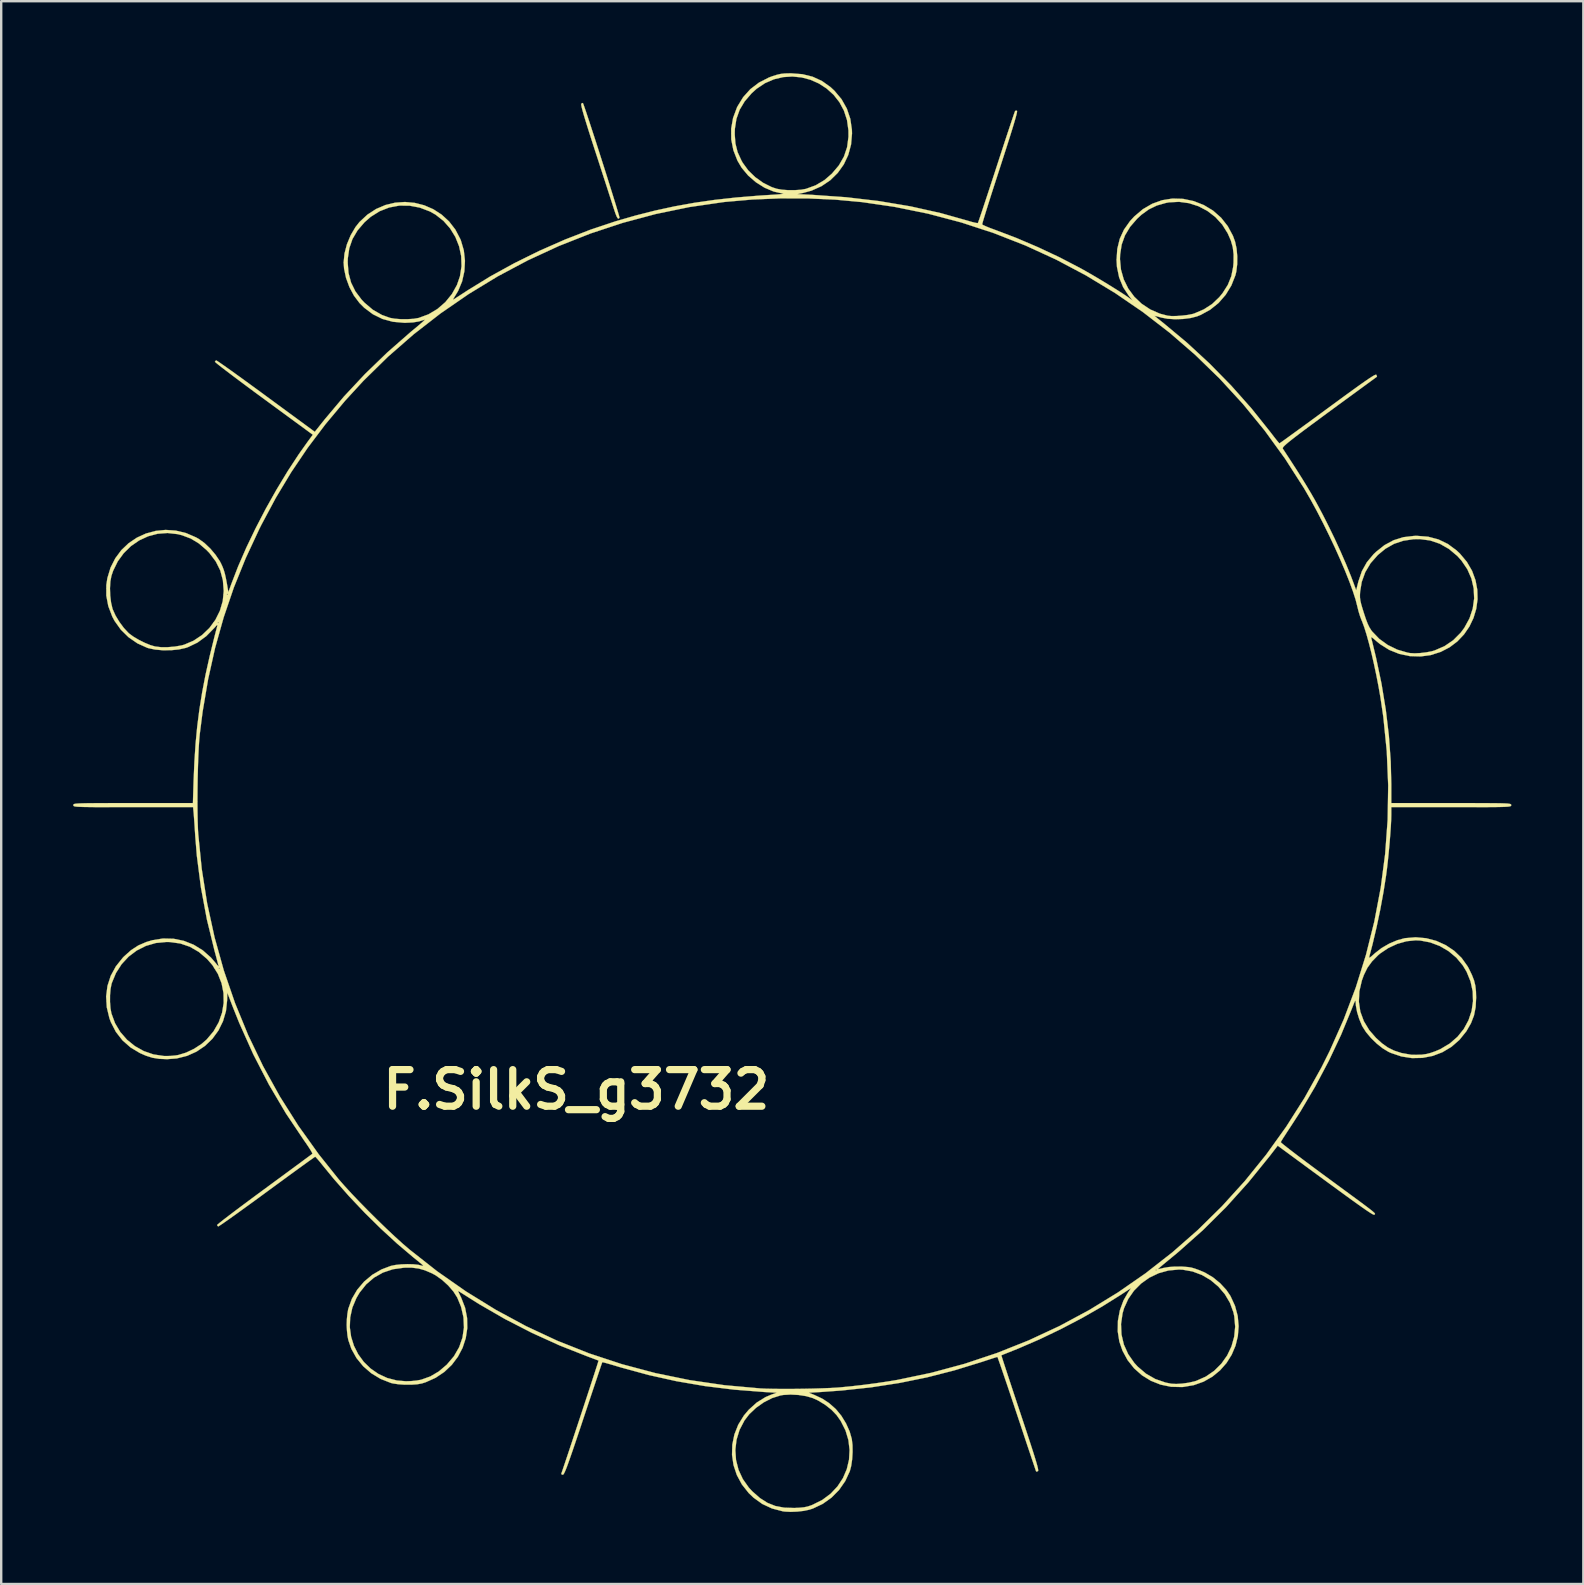
<source format=kicad_pcb>
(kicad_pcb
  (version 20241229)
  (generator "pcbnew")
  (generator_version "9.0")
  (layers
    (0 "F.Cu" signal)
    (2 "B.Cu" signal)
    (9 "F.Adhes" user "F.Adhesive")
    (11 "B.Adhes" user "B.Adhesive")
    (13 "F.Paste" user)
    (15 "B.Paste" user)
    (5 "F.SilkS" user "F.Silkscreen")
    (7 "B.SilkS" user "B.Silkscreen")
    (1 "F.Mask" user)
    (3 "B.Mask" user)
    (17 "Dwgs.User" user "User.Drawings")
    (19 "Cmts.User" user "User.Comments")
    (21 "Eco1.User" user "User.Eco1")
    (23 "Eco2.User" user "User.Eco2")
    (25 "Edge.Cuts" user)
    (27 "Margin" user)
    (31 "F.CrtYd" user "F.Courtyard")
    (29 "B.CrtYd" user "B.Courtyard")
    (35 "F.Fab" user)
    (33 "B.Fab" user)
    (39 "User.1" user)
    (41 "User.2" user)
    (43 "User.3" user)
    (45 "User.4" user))
  (footprint "F.SilkS_g3732"
    (layer "F.Cu")
    (at 20.96 42.345)
    (property "Reference" "F.SilkS_g3732" (at 0 0 0) (layer "F.SilkS") (effects (font (size 1.524 1.524) (thickness 0.3))))
    (attr through_hole)
    (fp_poly (pts (xy 0.274 -41.1) (xy 0.294 -41.053) (xy 0.336 -40.935) (xy 0.399 -40.753) (xy 0.477 -40.517) (xy 0.57 -40.236) (xy 0.674 -39.917) (xy 0.787 -39.57) (xy 0.905 -39.203) (xy 1.026 -38.825) (xy 1.148 -38.444) (xy 1.267 -38.069) (xy 1.38 -37.709) (xy 1.486 -37.372) (xy 1.58 -37.068) (xy 1.662 -36.803) (xy 1.726 -36.588) (xy 1.772 -36.431) (xy 1.796 -36.341) (xy 1.799 -36.322) (xy 1.763 -36.285) (xy 1.725 -36.3) (xy 1.681 -36.374) (xy 1.625 -36.514) (xy 1.554 -36.728) (xy 1.552 -36.735) (xy 1.509 -36.869) (xy 1.443 -37.074) (xy 1.357 -37.338) (xy 1.256 -37.652) (xy 1.142 -38.004) (xy 1.019 -38.384) (xy 0.89 -38.782) (xy 0.783 -39.109) (xy 0.627 -39.591) (xy 0.498 -39.996) (xy 0.394 -40.331) (xy 0.313 -40.597) (xy 0.255 -40.801) (xy 0.219 -40.945) (xy 0.203 -41.035) (xy 0.205 -41.074) (xy 0.206 -41.075) (xy 0.258 -41.105) (xy 0.274 -41.1)) (stroke (width 0.01) (type solid)) (fill yes) (layer "F.SilkS"))
    (fp_poly (pts (xy 9.419 -42.304) (xy 9.846 -42.198) (xy 10.235 -42.019) (xy 10.592 -41.764) (xy 10.753 -41.614) (xy 11.049 -41.261) (xy 11.27 -40.869) (xy 11.414 -40.443) (xy 11.48 -39.988) (xy 11.485 -39.836) (xy 11.445 -39.374) (xy 11.329 -38.942) (xy 11.142 -38.545) (xy 10.89 -38.192) (xy 10.579 -37.887) (xy 10.213 -37.639) (xy 9.799 -37.454) (xy 9.461 -37.361) (xy 9.207 -37.308) (xy 9.821 -37.278) (xy 11.242 -37.178) (xy 12.609 -37.018) (xy 13.92 -36.798) (xy 15.175 -36.518) (xy 16.298 -36.202) (xy 16.471 -36.151) (xy 16.612 -36.116) (xy 16.704 -36.101) (xy 16.728 -36.104) (xy 16.746 -36.148) (xy 16.788 -36.266) (xy 16.85 -36.449) (xy 16.932 -36.692) (xy 17.029 -36.986) (xy 17.141 -37.325) (xy 17.264 -37.7) (xy 17.397 -38.106) (xy 17.505 -38.439) (xy 17.643 -38.863) (xy 17.773 -39.262) (xy 17.894 -39.631) (xy 18.003 -39.96) (xy 18.098 -40.244) (xy 18.175 -40.475) (xy 18.233 -40.645) (xy 18.27 -40.747) (xy 18.282 -40.776) (xy 18.337 -40.785) (xy 18.359 -40.776) (xy 18.36 -40.738) (xy 18.34 -40.639) (xy 18.297 -40.476) (xy 18.23 -40.246) (xy 18.139 -39.947) (xy 18.023 -39.577) (xy 17.881 -39.133) (xy 17.713 -38.612) (xy 17.65 -38.417) (xy 17.512 -37.991) (xy 17.382 -37.589) (xy 17.263 -37.218) (xy 17.158 -36.885) (xy 17.068 -36.597) (xy 16.996 -36.362) (xy 16.943 -36.187) (xy 16.914 -36.08) (xy 16.907 -36.047) (xy 16.951 -36.018) (xy 17.059 -35.968) (xy 17.217 -35.903) (xy 17.408 -35.832) (xy 17.447 -35.818) (xy 18.331 -35.482) (xy 19.235 -35.096) (xy 20.126 -34.677) (xy 20.971 -34.238) (xy 21.108 -34.162) (xy 21.369 -34.014) (xy 21.654 -33.848) (xy 21.949 -33.672) (xy 22.238 -33.495) (xy 22.508 -33.327) (xy 22.744 -33.176) (xy 22.931 -33.051) (xy 23.029 -32.982) (xy 23.176 -32.872) (xy 23.023 -33.062) (xy 22.78 -33.431) (xy 22.613 -33.836) (xy 22.522 -34.276) (xy 22.505 -34.565) (xy 22.508 -34.6) (xy 22.648 -34.6) (xy 22.689 -34.164) (xy 22.806 -33.752) (xy 22.993 -33.373) (xy 23.244 -33.033) (xy 23.552 -32.74) (xy 23.91 -32.503) (xy 24.313 -32.327) (xy 24.638 -32.242) (xy 24.794 -32.228) (xy 25.004 -32.23) (xy 25.238 -32.247) (xy 25.466 -32.274) (xy 25.659 -32.311) (xy 25.742 -32.335) (xy 26.146 -32.509) (xy 26.488 -32.731) (xy 26.783 -33.012) (xy 26.924 -33.185) (xy 27.142 -33.529) (xy 27.286 -33.888) (xy 27.364 -34.282) (xy 27.379 -34.46) (xy 27.382 -34.802) (xy 27.346 -35.098) (xy 27.266 -35.379) (xy 27.135 -35.676) (xy 27.134 -35.678) (xy 26.907 -36.041) (xy 26.622 -36.353) (xy 26.288 -36.609) (xy 25.918 -36.804) (xy 25.522 -36.931) (xy 25.11 -36.987) (xy 24.694 -36.966) (xy 24.564 -36.942) (xy 24.185 -36.834) (xy 23.852 -36.674) (xy 23.544 -36.451) (xy 23.363 -36.284) (xy 23.069 -35.944) (xy 22.856 -35.588) (xy 22.719 -35.207) (xy 22.655 -34.792) (xy 22.648 -34.6) (xy 22.508 -34.6) (xy 22.536 -35.026) (xy 22.638 -35.443) (xy 22.814 -35.827) (xy 23.068 -36.186) (xy 23.243 -36.376) (xy 23.602 -36.68) (xy 23.991 -36.906) (xy 24.403 -37.054) (xy 24.833 -37.123) (xy 25.274 -37.111) (xy 25.72 -37.017) (xy 26.141 -36.852) (xy 26.526 -36.62) (xy 26.862 -36.323) (xy 27.14 -35.97) (xy 27.354 -35.571) (xy 27.443 -35.327) (xy 27.505 -35.043) (xy 27.534 -34.719) (xy 27.531 -34.387) (xy 27.494 -34.08) (xy 27.458 -33.93) (xy 27.288 -33.501) (xy 27.051 -33.113) (xy 26.755 -32.774) (xy 26.406 -32.493) (xy 26.015 -32.278) (xy 25.854 -32.214) (xy 25.588 -32.146) (xy 25.275 -32.106) (xy 24.947 -32.096) (xy 24.634 -32.115) (xy 24.373 -32.165) (xy 24.233 -32.204) (xy 24.131 -32.23) (xy 24.088 -32.238) (xy 24.088 -32.238) (xy 24.119 -32.21) (xy 24.203 -32.141) (xy 24.327 -32.041) (xy 24.458 -31.937) (xy 25.434 -31.123) (xy 26.381 -30.249) (xy 27.284 -29.328) (xy 28.13 -28.375) (xy 28.906 -27.404) (xy 28.925 -27.379) (xy 29.053 -27.212) (xy 29.162 -27.073) (xy 29.244 -26.973) (xy 29.288 -26.927) (xy 29.292 -26.924) (xy 29.329 -26.949) (xy 29.429 -27.019) (xy 29.585 -27.131) (xy 29.79 -27.28) (xy 30.04 -27.461) (xy 30.327 -27.67) (xy 30.646 -27.903) (xy 30.991 -28.156) (xy 31.304 -28.385) (xy 31.733 -28.7) (xy 32.098 -28.967) (xy 32.406 -29.19) (xy 32.66 -29.372) (xy 32.865 -29.516) (xy 33.026 -29.626) (xy 33.147 -29.704) (xy 33.233 -29.755) (xy 33.29 -29.781) (xy 33.321 -29.785) (xy 33.329 -29.779) (xy 33.354 -29.717) (xy 33.352 -29.701) (xy 32.745 -29.258) (xy 32.204 -28.862) (xy 31.723 -28.511) (xy 31.301 -28.201) (xy 30.932 -27.929) (xy 30.614 -27.694) (xy 30.343 -27.493) (xy 30.116 -27.322) (xy 29.928 -27.178) (xy 29.776 -27.06) (xy 29.658 -26.965) (xy 29.568 -26.888) (xy 29.504 -26.829) (xy 29.461 -26.784) (xy 29.438 -26.75) (xy 29.429 -26.725) (xy 29.431 -26.706) (xy 29.436 -26.697) (xy 29.738 -26.235) (xy 29.999 -25.831) (xy 30.226 -25.474) (xy 30.425 -25.15) (xy 30.605 -24.848) (xy 30.772 -24.557) (xy 30.932 -24.263) (xy 31.094 -23.957) (xy 31.263 -23.625) (xy 31.328 -23.495) (xy 31.587 -22.964) (xy 31.835 -22.423) (xy 32.064 -21.897) (xy 32.264 -21.407) (xy 32.347 -21.187) (xy 32.488 -20.805) (xy 32.584 -21.183) (xy 32.726 -21.6) (xy 32.932 -21.97) (xy 33.211 -22.305) (xy 33.312 -22.402) (xy 33.669 -22.686) (xy 34.047 -22.889) (xy 34.453 -23.016) (xy 34.898 -23.069) (xy 35.023 -23.072) (xy 35.487 -23.035) (xy 35.913 -22.923) (xy 36.305 -22.734) (xy 36.667 -22.467) (xy 36.809 -22.333) (xy 37.1 -21.986) (xy 37.316 -21.614) (xy 37.459 -21.225) (xy 37.534 -20.826) (xy 37.544 -20.425) (xy 37.49 -20.031) (xy 37.376 -19.651) (xy 37.205 -19.293) (xy 36.98 -18.965) (xy 36.704 -18.674) (xy 36.38 -18.429) (xy 36.012 -18.238) (xy 35.601 -18.107) (xy 35.179 -18.048) (xy 34.725 -18.061) (xy 34.283 -18.154) (xy 33.865 -18.321) (xy 33.484 -18.56) (xy 33.336 -18.681) (xy 33.214 -18.787) (xy 33.144 -18.84) (xy 33.115 -18.844) (xy 33.117 -18.806) (xy 33.12 -18.796) (xy 33.14 -18.72) (xy 33.175 -18.579) (xy 33.221 -18.387) (xy 33.276 -18.161) (xy 33.319 -17.979) (xy 33.543 -16.915) (xy 33.722 -15.827) (xy 33.851 -14.739) (xy 33.928 -13.67) (xy 33.951 -12.736) (xy 33.951 -11.938) (xy 36.449 -11.938) (xy 36.971 -11.938) (xy 37.415 -11.938) (xy 37.786 -11.937) (xy 38.093 -11.935) (xy 38.339 -11.933) (xy 38.534 -11.93) (xy 38.681 -11.925) (xy 38.789 -11.919) (xy 38.862 -11.91) (xy 38.909 -11.9) (xy 38.934 -11.888) (xy 38.944 -11.873) (xy 38.947 -11.856) (xy 38.947 -11.853) (xy 38.945 -11.836) (xy 38.936 -11.821) (xy 38.914 -11.808) (xy 38.871 -11.798) (xy 38.802 -11.789) (xy 38.7 -11.783) (xy 38.559 -11.778) (xy 38.372 -11.774) (xy 38.134 -11.772) (xy 37.837 -11.77) (xy 37.476 -11.769) (xy 37.044 -11.769) (xy 36.534 -11.769) (xy 33.951 -11.769) (xy 33.951 -11.454) (xy 33.946 -11.243) (xy 33.932 -10.966) (xy 33.909 -10.641) (xy 33.881 -10.286) (xy 33.847 -9.919) (xy 33.811 -9.558) (xy 33.773 -9.222) (xy 33.736 -8.937) (xy 33.626 -8.235) (xy 33.491 -7.5) (xy 33.336 -6.762) (xy 33.169 -6.054) (xy 33.035 -5.546) (xy 33.03 -5.503) (xy 33.056 -5.503) (xy 33.122 -5.552) (xy 33.236 -5.653) (xy 33.269 -5.683) (xy 33.547 -5.9) (xy 33.872 -6.087) (xy 34.212 -6.23) (xy 34.519 -6.311) (xy 34.965 -6.348) (xy 35.404 -6.309) (xy 35.825 -6.198) (xy 36.218 -6.021) (xy 36.573 -5.783) (xy 36.88 -5.488) (xy 37.129 -5.14) (xy 37.18 -5.048) (xy 37.31 -4.779) (xy 37.399 -4.55) (xy 37.453 -4.33) (xy 37.479 -4.089) (xy 37.486 -3.831) (xy 37.465 -3.436) (xy 37.396 -3.09) (xy 37.271 -2.767) (xy 37.084 -2.442) (xy 37.074 -2.427) (xy 36.789 -2.073) (xy 36.455 -1.783) (xy 36.081 -1.56) (xy 35.677 -1.406) (xy 35.252 -1.324) (xy 34.814 -1.315) (xy 34.373 -1.383) (xy 33.937 -1.53) (xy 33.835 -1.576) (xy 33.595 -1.721) (xy 33.345 -1.919) (xy 33.107 -2.151) (xy 32.901 -2.395) (xy 32.749 -2.631) (xy 32.731 -2.667) (xy 32.613 -2.948) (xy 32.526 -3.234) (xy 32.477 -3.495) (xy 32.468 -3.618) (xy 32.466 -3.663) (xy 32.6 -3.663) (xy 32.662 -3.248) (xy 32.807 -2.853) (xy 33.032 -2.48) (xy 33.312 -2.158) (xy 33.568 -1.926) (xy 33.811 -1.754) (xy 34.067 -1.627) (xy 34.362 -1.531) (xy 34.383 -1.525) (xy 34.795 -1.452) (xy 35.201 -1.455) (xy 35.415 -1.485) (xy 35.575 -1.526) (xy 35.772 -1.594) (xy 35.968 -1.676) (xy 36.005 -1.694) (xy 36.388 -1.923) (xy 36.712 -2.205) (xy 36.973 -2.531) (xy 37.168 -2.892) (xy 37.297 -3.279) (xy 37.355 -3.684) (xy 37.342 -4.096) (xy 37.253 -4.508) (xy 37.089 -4.911) (xy 36.929 -5.178) (xy 36.661 -5.5) (xy 36.335 -5.772) (xy 35.965 -5.987) (xy 35.567 -6.136) (xy 35.156 -6.213) (xy 34.967 -6.222) (xy 34.587 -6.183) (xy 34.2 -6.074) (xy 33.828 -5.902) (xy 33.492 -5.677) (xy 33.397 -5.596) (xy 33.148 -5.342) (xy 32.957 -5.079) (xy 32.809 -4.778) (xy 32.723 -4.54) (xy 32.62 -4.095) (xy 32.6 -3.663) (xy 32.466 -3.663) (xy 32.466 -3.687) (xy 32.455 -3.709) (xy 32.432 -3.678) (xy 32.391 -3.585) (xy 32.327 -3.423) (xy 32.305 -3.365) (xy 31.859 -2.285) (xy 31.346 -1.198) (xy 30.777 -0.125) (xy 30.165 0.909) (xy 29.809 1.46) (xy 29.668 1.674) (xy 29.544 1.865) (xy 29.443 2.021) (xy 29.375 2.132) (xy 29.346 2.184) (xy 29.346 2.185) (xy 29.376 2.219) (xy 29.469 2.297) (xy 29.619 2.416) (xy 29.818 2.57) (xy 30.061 2.756) (xy 30.343 2.968) (xy 30.655 3.201) (xy 30.994 3.452) (xy 31.21 3.611) (xy 31.641 3.927) (xy 32.008 4.197) (xy 32.317 4.424) (xy 32.573 4.612) (xy 32.78 4.766) (xy 32.943 4.888) (xy 33.067 4.983) (xy 33.157 5.054) (xy 33.217 5.106) (xy 33.254 5.142) (xy 33.27 5.165) (xy 33.273 5.181) (xy 33.265 5.192) (xy 33.253 5.202) (xy 33.247 5.207) (xy 33.233 5.211) (xy 33.206 5.204) (xy 33.163 5.183) (xy 33.098 5.145) (xy 33.01 5.088) (xy 32.893 5.01) (xy 32.745 4.907) (xy 32.561 4.777) (xy 32.339 4.618) (xy 32.074 4.426) (xy 31.763 4.199) (xy 31.401 3.935) (xy 30.986 3.631) (xy 30.514 3.285) (xy 29.981 2.893) (xy 29.437 2.493) (xy 29.219 2.333) (xy 28.887 2.764) (xy 27.997 3.862) (xy 27.074 4.887) (xy 26.11 5.846) (xy 25.098 6.746) (xy 24.82 6.977) (xy 24.63 7.133) (xy 24.465 7.269) (xy 24.337 7.378) (xy 24.254 7.45) (xy 24.227 7.477) (xy 24.269 7.472) (xy 24.369 7.451) (xy 24.467 7.426) (xy 24.683 7.389) (xy 24.948 7.37) (xy 25.228 7.371) (xy 25.49 7.391) (xy 25.62 7.412) (xy 25.764 7.453) (xy 25.949 7.52) (xy 26.143 7.601) (xy 26.199 7.628) (xy 26.519 7.817) (xy 26.821 8.064) (xy 27.081 8.346) (xy 27.25 8.594) (xy 27.44 9.007) (xy 27.553 9.429) (xy 27.591 9.851) (xy 27.559 10.265) (xy 27.462 10.665) (xy 27.302 11.042) (xy 27.086 11.388) (xy 26.815 11.695) (xy 26.496 11.957) (xy 26.132 12.164) (xy 25.726 12.309) (xy 25.284 12.385) (xy 25.231 12.389) (xy 24.775 12.378) (xy 24.34 12.288) (xy 23.934 12.127) (xy 23.564 11.899) (xy 23.239 11.611) (xy 22.966 11.268) (xy 22.753 10.876) (xy 22.622 10.496) (xy 22.554 10.068) (xy 22.56 9.764) (xy 22.692 9.764) (xy 22.711 10.201) (xy 22.81 10.62) (xy 22.989 11.017) (xy 23.244 11.383) (xy 23.385 11.537) (xy 23.734 11.834) (xy 24.122 12.056) (xy 24.55 12.203) (xy 24.786 12.25) (xy 24.99 12.261) (xy 25.24 12.246) (xy 25.503 12.209) (xy 25.749 12.154) (xy 25.83 12.129) (xy 26.225 11.953) (xy 26.574 11.712) (xy 26.872 11.416) (xy 27.113 11.075) (xy 27.293 10.698) (xy 27.406 10.294) (xy 27.447 9.875) (xy 27.411 9.448) (xy 27.374 9.276) (xy 27.23 8.881) (xy 27.017 8.521) (xy 26.744 8.202) (xy 26.423 7.932) (xy 26.062 7.72) (xy 25.672 7.574) (xy 25.264 7.501) (xy 25.101 7.494) (xy 24.669 7.533) (xy 24.258 7.647) (xy 23.875 7.83) (xy 23.531 8.074) (xy 23.234 8.372) (xy 22.993 8.717) (xy 22.818 9.103) (xy 22.756 9.318) (xy 22.692 9.764) (xy 22.56 9.764) (xy 22.562 9.629) (xy 22.643 9.194) (xy 22.794 8.782) (xy 22.983 8.451) (xy 23.112 8.264) (xy 22.672 8.553) (xy 21.894 9.04) (xy 21.056 9.519) (xy 20.182 9.976) (xy 19.296 10.401) (xy 18.423 10.779) (xy 18.224 10.859) (xy 18.034 10.935) (xy 17.874 10.999) (xy 17.761 11.045) (xy 17.708 11.067) (xy 17.707 11.068) (xy 17.718 11.108) (xy 17.754 11.222) (xy 17.812 11.402) (xy 17.89 11.641) (xy 17.986 11.933) (xy 18.097 12.27) (xy 18.221 12.646) (xy 18.356 13.052) (xy 18.496 13.472) (xy 18.666 13.983) (xy 18.81 14.418) (xy 18.93 14.785) (xy 19.028 15.088) (xy 19.105 15.333) (xy 19.163 15.526) (xy 19.204 15.671) (xy 19.229 15.776) (xy 19.24 15.844) (xy 19.239 15.882) (xy 19.23 15.894) (xy 19.169 15.91) (xy 19.156 15.908) (xy 19.141 15.867) (xy 19.102 15.752) (xy 19.041 15.571) (xy 18.96 15.331) (xy 18.862 15.039) (xy 18.749 14.702) (xy 18.624 14.326) (xy 18.489 13.92) (xy 18.354 13.515) (xy 18.211 13.086) (xy 18.075 12.681) (xy 17.95 12.309) (xy 17.836 11.975) (xy 17.738 11.687) (xy 17.657 11.452) (xy 17.595 11.277) (xy 17.556 11.168) (xy 17.541 11.134) (xy 17.496 11.146) (xy 17.384 11.181) (xy 17.22 11.234) (xy 17.018 11.301) (xy 16.877 11.347) (xy 15.745 11.695) (xy 14.611 11.985) (xy 13.462 12.219) (xy 12.281 12.401) (xy 11.055 12.533) (xy 10.167 12.597) (xy 9.686 12.625) (xy 9.919 12.72) (xy 10.248 12.874) (xy 10.526 13.056) (xy 10.789 13.288) (xy 10.817 13.316) (xy 11.041 13.587) (xy 11.236 13.906) (xy 11.387 14.243) (xy 11.475 14.553) (xy 11.505 14.806) (xy 11.509 15.098) (xy 11.491 15.398) (xy 11.451 15.675) (xy 11.394 15.893) (xy 11.203 16.306) (xy 10.945 16.676) (xy 10.629 16.996) (xy 10.264 17.256) (xy 9.86 17.448) (xy 9.708 17.498) (xy 9.478 17.547) (xy 9.207 17.578) (xy 8.929 17.589) (xy 8.683 17.577) (xy 8.604 17.566) (xy 8.152 17.448) (xy 7.746 17.259) (xy 7.382 16.997) (xy 7.182 16.806) (xy 6.896 16.445) (xy 6.685 16.053) (xy 6.548 15.64) (xy 6.486 15.214) (xy 6.492 15.009) (xy 6.624 15.009) (xy 6.653 15.428) (xy 6.757 15.837) (xy 6.936 16.224) (xy 7.189 16.582) (xy 7.335 16.738) (xy 7.649 17.014) (xy 7.963 17.214) (xy 8.294 17.345) (xy 8.659 17.414) (xy 9.075 17.427) (xy 9.081 17.427) (xy 9.312 17.416) (xy 9.486 17.398) (xy 9.634 17.367) (xy 9.782 17.318) (xy 9.842 17.294) (xy 10.248 17.091) (xy 10.595 16.832) (xy 10.882 16.526) (xy 11.107 16.183) (xy 11.267 15.81) (xy 11.36 15.416) (xy 11.383 15.01) (xy 11.335 14.6) (xy 11.213 14.195) (xy 11.015 13.803) (xy 10.843 13.558) (xy 10.628 13.334) (xy 10.357 13.122) (xy 10.058 12.942) (xy 9.837 12.843) (xy 9.568 12.767) (xy 9.253 12.719) (xy 8.926 12.702) (xy 8.623 12.719) (xy 8.504 12.739) (xy 8.158 12.848) (xy 7.812 13.024) (xy 7.488 13.253) (xy 7.205 13.52) (xy 7.005 13.78) (xy 6.799 14.175) (xy 6.673 14.588) (xy 6.624 15.009) (xy 6.492 15.009) (xy 6.498 14.786) (xy 6.585 14.363) (xy 6.746 13.956) (xy 6.982 13.573) (xy 7.182 13.336) (xy 7.519 13.032) (xy 7.883 12.807) (xy 8.125 12.705) (xy 8.349 12.626) (xy 7.847 12.597) (xy 6.576 12.498) (xy 5.359 12.349) (xy 4.176 12.146) (xy 3.011 11.887) (xy 1.847 11.569) (xy 1.721 11.531) (xy 1.504 11.466) (xy 1.319 11.413) (xy 1.178 11.374) (xy 1.096 11.355) (xy 1.081 11.353) (xy 1.066 11.395) (xy 1.026 11.509) (xy 0.965 11.69) (xy 0.885 11.93) (xy 0.787 12.222) (xy 0.674 12.559) (xy 0.549 12.933) (xy 0.414 13.338) (xy 0.292 13.705) (xy 0.125 14.207) (xy -0.018 14.633) (xy -0.139 14.991) (xy -0.241 15.285) (xy -0.324 15.521) (xy -0.391 15.705) (xy -0.445 15.843) (xy -0.488 15.94) (xy -0.52 16.002) (xy -0.546 16.035) (xy -0.565 16.044) (xy -0.622 16.022) (xy -0.625 15.991) (xy -0.591 15.897) (xy -0.537 15.737) (xy -0.464 15.52) (xy -0.375 15.255) (xy -0.274 14.951) (xy -0.162 14.615) (xy -0.044 14.257) (xy 0.079 13.885) (xy 0.204 13.508) (xy 0.327 13.134) (xy 0.446 12.772) (xy 0.558 12.43) (xy 0.66 12.117) (xy 0.75 11.842) (xy 0.824 11.612) (xy 0.88 11.438) (xy 0.914 11.327) (xy 0.925 11.287) (xy 0.882 11.269) (xy 0.775 11.229) (xy 0.623 11.172) (xy 0.466 11.114) (xy -0.693 10.657) (xy -1.847 10.133) (xy -2.975 9.554) (xy -4.053 8.931) (xy -4.396 8.716) (xy -4.581 8.598) (xy -4.738 8.499) (xy -4.856 8.425) (xy -4.92 8.386) (xy -4.928 8.382) (xy -4.916 8.417) (xy -4.873 8.509) (xy -4.81 8.64) (xy -4.796 8.668) (xy -4.634 9.086) (xy -4.551 9.512) (xy -4.543 9.937) (xy -4.607 10.354) (xy -4.738 10.753) (xy -4.933 11.125) (xy -5.188 11.464) (xy -5.499 11.759) (xy -5.862 12.003) (xy -6.273 12.188) (xy -6.435 12.239) (xy -6.629 12.274) (xy -6.877 12.291) (xy -7.147 12.291) (xy -7.412 12.273) (xy -7.64 12.239) (xy -7.726 12.218) (xy -8.155 12.049) (xy -8.543 11.814) (xy -8.88 11.522) (xy -9.159 11.18) (xy -9.373 10.796) (xy -9.5 10.429) (xy -9.533 10.255) (xy -9.556 10.036) (xy -9.563 9.897) (xy -9.437 9.897) (xy -9.383 10.292) (xy -9.265 10.67) (xy -9.088 11.022) (xy -8.856 11.34) (xy -8.573 11.616) (xy -8.245 11.843) (xy -7.877 12.013) (xy -7.472 12.117) (xy -7.097 12.148) (xy -6.875 12.14) (xy -6.653 12.118) (xy -6.47 12.085) (xy -6.462 12.083) (xy -6.082 11.947) (xy -5.731 11.74) (xy -5.396 11.456) (xy -5.393 11.452) (xy -5.099 11.106) (xy -4.882 10.729) (xy -4.743 10.328) (xy -4.682 9.909) (xy -4.702 9.48) (xy -4.802 9.046) (xy -4.962 8.659) (xy -5.121 8.409) (xy -5.339 8.157) (xy -5.593 7.925) (xy -5.862 7.734) (xy -6.017 7.65) (xy -6.308 7.526) (xy -6.57 7.451) (xy -6.839 7.417) (xy -7.149 7.417) (xy -7.191 7.419) (xy -7.642 7.482) (xy -8.056 7.62) (xy -8.428 7.83) (xy -8.755 8.111) (xy -9.032 8.458) (xy -9.164 8.683) (xy -9.332 9.084) (xy -9.421 9.492) (xy -9.437 9.897) (xy -9.563 9.897) (xy -9.567 9.812) (xy -9.567 9.779) (xy -9.559 9.558) (xy -9.537 9.336) (xy -9.506 9.152) (xy -9.5 9.129) (xy -9.351 8.715) (xy -9.129 8.336) (xy -8.844 8) (xy -8.502 7.714) (xy -8.114 7.489) (xy -7.726 7.342) (xy -7.533 7.303) (xy -7.293 7.278) (xy -7.036 7.269) (xy -6.79 7.275) (xy -6.583 7.297) (xy -6.502 7.316) (xy -6.43 7.336) (xy -6.388 7.344) (xy -6.381 7.332) (xy -6.417 7.293) (xy -6.502 7.22) (xy -6.64 7.107) (xy -6.795 6.982) (xy -7.46 6.419) (xy -8.139 5.795) (xy -8.816 5.128) (xy -9.472 4.435) (xy -10.089 3.735) (xy -10.558 3.164) (xy -10.678 3.015) (xy -10.78 2.895) (xy -10.851 2.817) (xy -10.879 2.794) (xy -10.918 2.818) (xy -11.018 2.889) (xy -11.175 3) (xy -11.381 3.149) (xy -11.631 3.33) (xy -11.919 3.539) (xy -12.238 3.773) (xy -12.583 4.025) (xy -12.894 4.253) (xy -13.256 4.519) (xy -13.599 4.768) (xy -13.915 4.997) (xy -14.199 5.202) (xy -14.445 5.377) (xy -14.646 5.518) (xy -14.797 5.622) (xy -14.892 5.684) (xy -14.922 5.7) (xy -14.963 5.653) (xy -14.965 5.638) (xy -14.932 5.605) (xy -14.836 5.527) (xy -14.684 5.407) (xy -14.482 5.252) (xy -14.235 5.065) (xy -13.95 4.851) (xy -13.633 4.615) (xy -13.29 4.361) (xy -12.996 4.145) (xy -12.636 3.88) (xy -12.295 3.63) (xy -11.981 3.399) (xy -11.7 3.192) (xy -11.457 3.013) (xy -11.26 2.867) (xy -11.113 2.759) (xy -11.023 2.692) (xy -10.997 2.672) (xy -11.009 2.629) (xy -11.064 2.531) (xy -11.153 2.391) (xy -11.269 2.22) (xy -11.328 2.137) (xy -12.097 0.991) (xy -12.808 -0.214) (xy -13.458 -1.472) (xy -14.043 -2.778) (xy -14.303 -3.426) (xy -14.541 -4.043) (xy -14.548 -3.725) (xy -14.596 -3.273) (xy -14.72 -2.85) (xy -14.911 -2.463) (xy -15.163 -2.119) (xy -15.469 -1.824) (xy -15.823 -1.585) (xy -16.217 -1.408) (xy -16.645 -1.301) (xy -17.046 -1.27) (xy -17.375 -1.284) (xy -17.658 -1.329) (xy -17.933 -1.416) (xy -18.182 -1.525) (xy -18.572 -1.759) (xy -18.907 -2.054) (xy -19.182 -2.406) (xy -19.39 -2.809) (xy -19.452 -2.975) (xy -19.562 -3.433) (xy -19.575 -3.655) (xy -19.427 -3.655) (xy -19.407 -3.39) (xy -19.368 -3.175) (xy -19.218 -2.769) (xy -18.999 -2.402) (xy -18.72 -2.081) (xy -18.39 -1.814) (xy -18.02 -1.607) (xy -17.617 -1.468) (xy -17.191 -1.404) (xy -17.094 -1.401) (xy -16.902 -1.406) (xy -16.705 -1.424) (xy -16.586 -1.443) (xy -16.258 -1.543) (xy -15.924 -1.702) (xy -15.613 -1.905) (xy -15.399 -2.09) (xy -15.112 -2.432) (xy -14.899 -2.806) (xy -14.759 -3.203) (xy -14.692 -3.612) (xy -14.699 -4.024) (xy -14.779 -4.431) (xy -14.933 -4.822) (xy -15.08 -5.059) (xy -14.901 -5.059) (xy -14.88 -5.038) (xy -14.859 -5.059) (xy -14.88 -5.08) (xy -14.901 -5.059) (xy -15.08 -5.059) (xy -15.16 -5.188) (xy -15.384 -5.445) (xy -15.729 -5.739) (xy -16.098 -5.953) (xy -16.496 -6.089) (xy -16.928 -6.149) (xy -17.081 -6.152) (xy -17.518 -6.11) (xy -17.931 -5.99) (xy -18.311 -5.799) (xy -18.65 -5.544) (xy -18.942 -5.229) (xy -19.178 -4.862) (xy -19.35 -4.448) (xy -19.363 -4.406) (xy -19.404 -4.195) (xy -19.426 -3.934) (xy -19.427 -3.655) (xy -19.575 -3.655) (xy -19.589 -3.884) (xy -19.533 -4.322) (xy -19.398 -4.741) (xy -19.183 -5.136) (xy -18.89 -5.502) (xy -18.842 -5.55) (xy -18.548 -5.813) (xy -18.247 -6.008) (xy -17.912 -6.152) (xy -17.663 -6.226) (xy -17.221 -6.297) (xy -16.78 -6.287) (xy -16.35 -6.199) (xy -15.941 -6.037) (xy -15.562 -5.804) (xy -15.222 -5.503) (xy -15.065 -5.321) (xy -14.98 -5.218) (xy -14.921 -5.151) (xy -14.901 -5.136) (xy -14.912 -5.183) (xy -14.941 -5.296) (xy -14.985 -5.461) (xy -15.039 -5.663) (xy -15.067 -5.764) (xy -15.392 -7.093) (xy -15.64 -8.424) (xy -15.81 -9.745) (xy -15.876 -10.562) (xy -15.893 -10.826) (xy -15.909 -11.076) (xy -15.925 -11.295) (xy -15.937 -11.463) (xy -15.944 -11.546) (xy -15.966 -11.769) (xy -18.46 -11.769) (xy -18.982 -11.769) (xy -19.425 -11.769) (xy -19.797 -11.77) (xy -20.103 -11.771) (xy -20.349 -11.774) (xy -20.543 -11.777) (xy -20.69 -11.782) (xy -20.798 -11.788) (xy -20.871 -11.796) (xy -20.917 -11.806) (xy -20.942 -11.819) (xy -20.953 -11.833) (xy -20.955 -11.851) (xy -20.955 -11.853) (xy -20.953 -11.871) (xy -20.945 -11.886) (xy -20.922 -11.899) (xy -20.879 -11.909) (xy -20.81 -11.917) (xy -20.708 -11.924) (xy -20.567 -11.929) (xy -20.38 -11.933) (xy -20.141 -11.935) (xy -19.844 -11.937) (xy -19.482 -11.938) (xy -19.049 -11.938) (xy -18.539 -11.938) (xy -15.973 -11.938) (xy -15.971 -12.009) (xy -15.785 -12.009) (xy -15.782 -11.578) (xy -15.775 -11.184) (xy -15.763 -10.845) (xy -15.752 -10.657) (xy -15.606 -9.198) (xy -15.38 -7.761) (xy -15.072 -6.349) (xy -14.685 -4.963) (xy -14.218 -3.605) (xy -13.674 -2.277) (xy -13.052 -0.981) (xy -12.353 0.282) (xy -11.578 1.508) (xy -10.728 2.697) (xy -9.907 3.725) (xy -9.66 4.007) (xy -9.363 4.331) (xy -9.027 4.683) (xy -8.667 5.05) (xy -8.295 5.42) (xy -7.925 5.778) (xy -7.571 6.111) (xy -7.244 6.408) (xy -6.964 6.649) (xy -5.797 7.567) (xy -4.595 8.407) (xy -3.36 9.169) (xy -2.092 9.854) (xy -0.792 10.461) (xy 0.54 10.989) (xy 1.904 11.438) (xy 3.298 11.809) (xy 4.723 12.101) (xy 6.177 12.313) (xy 7.66 12.446) (xy 7.662 12.447) (xy 7.921 12.458) (xy 8.247 12.465) (xy 8.621 12.468) (xy 9.027 12.467) (xy 9.445 12.462) (xy 9.859 12.454) (xy 10.249 12.442) (xy 10.6 12.428) (xy 10.891 12.411) (xy 10.986 12.403) (xy 11.459 12.357) (xy 11.97 12.298) (xy 12.487 12.23) (xy 12.98 12.157) (xy 13.377 12.091) (xy 14.79 11.795) (xy 16.174 11.421) (xy 17.526 10.97) (xy 18.845 10.445) (xy 20.127 9.848) (xy 21.369 9.18) (xy 22.57 8.444) (xy 23.726 7.642) (xy 23.888 7.514) (xy 24.13 7.514) (xy 24.151 7.535) (xy 24.172 7.514) (xy 24.151 7.493) (xy 24.13 7.514) (xy 23.888 7.514) (xy 24.834 6.775) (xy 25.892 5.846) (xy 26.897 4.857) (xy 27.847 3.81) (xy 28.739 2.707) (xy 29.569 1.55) (xy 30.337 0.341) (xy 31.038 -0.919) (xy 31.384 -1.612) (xy 31.967 -2.92) (xy 32.472 -4.258) (xy 32.897 -5.621) (xy 33.244 -7.006) (xy 33.51 -8.407) (xy 33.695 -9.822) (xy 33.799 -11.245) (xy 33.822 -12.672) (xy 33.762 -14.1) (xy 33.619 -15.524) (xy 33.502 -16.32) (xy 33.42 -16.792) (xy 33.328 -17.266) (xy 33.229 -17.732) (xy 33.127 -18.176) (xy 33.023 -18.587) (xy 32.922 -18.953) (xy 32.825 -19.263) (xy 32.736 -19.504) (xy 32.712 -19.558) (xy 32.65 -19.722) (xy 32.587 -19.924) (xy 32.54 -20.116) (xy 32.466 -20.408) (xy 32.401 -20.61) (xy 32.645 -20.61) (xy 32.647 -20.493) (xy 32.663 -20.374) (xy 32.695 -20.233) (xy 32.749 -20.049) (xy 32.806 -19.865) (xy 32.893 -19.603) (xy 32.969 -19.406) (xy 33.043 -19.254) (xy 33.122 -19.131) (xy 33.15 -19.093) (xy 33.449 -18.781) (xy 33.805 -18.524) (xy 34.203 -18.33) (xy 34.63 -18.206) (xy 34.734 -18.188) (xy 34.919 -18.177) (xy 35.152 -18.188) (xy 35.399 -18.217) (xy 35.627 -18.26) (xy 35.749 -18.294) (xy 36.166 -18.475) (xy 36.531 -18.723) (xy 36.844 -19.038) (xy 36.993 -19.239) (xy 37.208 -19.632) (xy 37.344 -20.043) (xy 37.403 -20.462) (xy 37.384 -20.881) (xy 37.29 -21.29) (xy 37.12 -21.679) (xy 36.876 -22.04) (xy 36.707 -22.228) (xy 36.354 -22.525) (xy 35.975 -22.742) (xy 35.569 -22.879) (xy 35.139 -22.936) (xy 34.883 -22.932) (xy 34.45 -22.868) (xy 34.06 -22.737) (xy 33.702 -22.532) (xy 33.391 -22.275) (xy 33.09 -21.934) (xy 32.866 -21.558) (xy 32.719 -21.15) (xy 32.653 -20.747) (xy 32.645 -20.61) (xy 32.401 -20.61) (xy 32.352 -20.762) (xy 32.204 -21.167) (xy 32.026 -21.613) (xy 31.823 -22.09) (xy 31.6 -22.587) (xy 31.36 -23.094) (xy 31.11 -23.601) (xy 30.854 -24.097) (xy 30.596 -24.571) (xy 30.34 -25.013) (xy 30.304 -25.074) (xy 29.522 -26.292) (xy 28.678 -27.456) (xy 27.773 -28.563) (xy 26.81 -29.612) (xy 25.793 -30.601) (xy 24.725 -31.528) (xy 23.607 -32.391) (xy 22.444 -33.188) (xy 21.237 -33.918) (xy 19.991 -34.579) (xy 18.707 -35.169) (xy 17.388 -35.685) (xy 16.038 -36.127) (xy 14.659 -36.492) (xy 13.254 -36.778) (xy 11.896 -36.976) (xy 10.794 -37.077) (xy 9.65 -37.129) (xy 8.488 -37.131) (xy 7.334 -37.083) (xy 6.213 -36.985) (xy 6.117 -36.974) (xy 4.704 -36.768) (xy 3.309 -36.48) (xy 1.936 -36.112) (xy 0.587 -35.667) (xy -0.733 -35.145) (xy -2.021 -34.55) (xy -3.274 -33.883) (xy -4.486 -33.145) (xy -5.656 -32.339) (xy -6.779 -31.467) (xy -7.852 -30.53) (xy -8.87 -29.531) (xy -9.633 -28.701) (xy -10.448 -27.726) (xy -11.193 -26.738) (xy -11.88 -25.72) (xy -12.519 -24.657) (xy -13.121 -23.531) (xy -13.203 -23.368) (xy -13.772 -22.147) (xy -14.268 -20.92) (xy -14.692 -19.675) (xy -15.049 -18.404) (xy -15.34 -17.097) (xy -15.569 -15.745) (xy -15.687 -14.817) (xy -15.712 -14.546) (xy -15.733 -14.207) (xy -15.751 -13.813) (xy -15.765 -13.381) (xy -15.776 -12.927) (xy -15.782 -12.464) (xy -15.785 -12.009) (xy -15.971 -12.009) (xy -15.945 -12.859) (xy -15.911 -13.66) (xy -15.862 -14.414) (xy -15.793 -15.138) (xy -15.702 -15.848) (xy -15.587 -16.56) (xy -15.446 -17.292) (xy -15.275 -18.06) (xy -15.073 -18.88) (xy -14.962 -19.304) (xy -14.953 -19.356) (xy -14.974 -19.353) (xy -15.033 -19.291) (xy -15.076 -19.241) (xy -15.414 -18.896) (xy -15.781 -18.627) (xy -16.173 -18.438) (xy -16.275 -18.403) (xy -16.559 -18.339) (xy -16.885 -18.307) (xy -17.226 -18.305) (xy -17.551 -18.334) (xy -17.832 -18.394) (xy -17.878 -18.409) (xy -18.286 -18.593) (xy -18.655 -18.848) (xy -18.976 -19.163) (xy -19.237 -19.528) (xy -19.332 -19.707) (xy -19.499 -20.145) (xy -19.582 -20.582) (xy -19.581 -20.886) (xy -19.428 -20.886) (xy -19.418 -20.584) (xy -19.383 -20.292) (xy -19.325 -20.043) (xy -19.311 -20.003) (xy -19.197 -19.751) (xy -19.036 -19.485) (xy -18.851 -19.235) (xy -18.661 -19.031) (xy -18.632 -19.004) (xy -18.454 -18.873) (xy -18.227 -18.739) (xy -17.98 -18.616) (xy -17.741 -18.518) (xy -17.547 -18.462) (xy -17.306 -18.434) (xy -17.02 -18.434) (xy -16.723 -18.459) (xy -16.451 -18.506) (xy -16.338 -18.537) (xy -15.945 -18.704) (xy -15.593 -18.939) (xy -15.288 -19.231) (xy -15.125 -19.452) (xy -14.944 -19.452) (xy -14.922 -19.431) (xy -14.901 -19.452) (xy -14.922 -19.473) (xy -14.944 -19.452) (xy -15.125 -19.452) (xy -15.038 -19.571) (xy -14.85 -19.948) (xy -14.731 -20.353) (xy -14.703 -20.637) (xy -14.563 -20.637) (xy -14.541 -20.616) (xy -14.52 -20.637) (xy -14.541 -20.659) (xy -14.563 -20.637) (xy -14.703 -20.637) (xy -14.69 -20.775) (xy -14.69 -20.779) (xy -14.725 -21.224) (xy -14.834 -21.63) (xy -15.019 -22.003) (xy -15.283 -22.353) (xy -15.405 -22.48) (xy -15.726 -22.756) (xy -16.061 -22.959) (xy -16.431 -23.098) (xy -16.612 -23.143) (xy -17.03 -23.19) (xy -17.442 -23.159) (xy -17.839 -23.054) (xy -18.213 -22.881) (xy -18.554 -22.645) (xy -18.854 -22.352) (xy -19.105 -22.008) (xy -19.296 -21.618) (xy -19.368 -21.405) (xy -19.412 -21.17) (xy -19.428 -20.886) (xy -19.581 -20.886) (xy -19.581 -21.023) (xy -19.537 -21.311) (xy -19.405 -21.747) (xy -19.207 -22.137) (xy -18.953 -22.478) (xy -18.65 -22.766) (xy -18.306 -22.997) (xy -17.929 -23.169) (xy -17.528 -23.277) (xy -17.111 -23.319) (xy -16.686 -23.29) (xy -16.261 -23.188) (xy -15.844 -23.008) (xy -15.722 -22.939) (xy -15.486 -22.767) (xy -15.247 -22.539) (xy -15.029 -22.28) (xy -14.852 -22.017) (xy -14.797 -21.911) (xy -14.734 -21.772) (xy -14.684 -21.637) (xy -14.641 -21.488) (xy -14.6 -21.305) (xy -14.555 -21.067) (xy -14.529 -20.913) (xy -14.497 -20.723) (xy -14.375 -21.061) (xy -14.088 -21.803) (xy -13.747 -22.584) (xy -13.361 -23.387) (xy -12.941 -24.195) (xy -12.494 -24.99) (xy -12.031 -25.756) (xy -11.56 -26.475) (xy -11.196 -26.988) (xy -10.978 -27.284) (xy -13.025 -28.785) (xy -13.392 -29.054) (xy -13.737 -29.31) (xy -14.055 -29.547) (xy -14.34 -29.761) (xy -14.585 -29.947) (xy -14.786 -30.101) (xy -14.935 -30.219) (xy -15.028 -30.296) (xy -15.058 -30.327) (xy -15.012 -30.379) (xy -15.005 -30.381) (xy -14.964 -30.359) (xy -14.862 -30.291) (xy -14.703 -30.181) (xy -14.495 -30.034) (xy -14.243 -29.854) (xy -13.953 -29.645) (xy -13.631 -29.411) (xy -13.284 -29.158) (xy -12.931 -28.899) (xy -10.896 -27.405) (xy -10.483 -27.923) (xy -9.679 -28.878) (xy -8.804 -29.813) (xy -7.871 -30.715) (xy -6.894 -31.571) (xy -6.752 -31.688) (xy -6.584 -31.828) (xy -6.449 -31.944) (xy -6.355 -32.029) (xy -6.312 -32.074) (xy -6.316 -32.078) (xy -6.554 -32.005) (xy -6.809 -31.963) (xy -7.109 -31.948) (xy -7.176 -31.948) (xy -7.643 -31.99) (xy -8.077 -32.108) (xy -8.476 -32.304) (xy -8.838 -32.576) (xy -9.034 -32.772) (xy -9.263 -33.077) (xy -9.453 -33.433) (xy -9.594 -33.816) (xy -9.676 -34.201) (xy -9.694 -34.459) (xy -9.525 -34.459) (xy -9.491 -34.022) (xy -9.385 -33.624) (xy -9.205 -33.257) (xy -8.946 -32.912) (xy -8.825 -32.784) (xy -8.478 -32.49) (xy -8.098 -32.273) (xy -7.764 -32.153) (xy -7.562 -32.117) (xy -7.311 -32.098) (xy -7.041 -32.097) (xy -6.785 -32.113) (xy -6.576 -32.148) (xy -6.562 -32.152) (xy -6.156 -32.302) (xy -5.785 -32.524) (xy -5.458 -32.808) (xy -5.184 -33.144) (xy -4.974 -33.522) (xy -4.848 -33.886) (xy -4.783 -34.305) (xy -4.797 -34.724) (xy -4.884 -35.134) (xy -5.039 -35.522) (xy -5.258 -35.879) (xy -5.534 -36.193) (xy -5.863 -36.452) (xy -6.096 -36.584) (xy -6.522 -36.746) (xy -6.952 -36.827) (xy -7.38 -36.829) (xy -7.796 -36.751) (xy -8.194 -36.596) (xy -8.564 -36.364) (xy -8.825 -36.135) (xy -9.116 -35.795) (xy -9.326 -35.438) (xy -9.459 -35.053) (xy -9.52 -34.632) (xy -9.525 -34.459) (xy -9.694 -34.459) (xy -9.659 -34.83) (xy -9.558 -35.216) (xy -9.402 -35.592) (xy -9.201 -35.935) (xy -9.035 -36.145) (xy -8.704 -36.453) (xy -8.34 -36.689) (xy -7.952 -36.854) (xy -7.549 -36.951) (xy -7.139 -36.98) (xy -6.732 -36.943) (xy -6.336 -36.842) (xy -5.96 -36.679) (xy -5.612 -36.454) (xy -5.302 -36.17) (xy -5.038 -35.828) (xy -4.83 -35.429) (xy -4.811 -35.384) (xy -4.688 -34.966) (xy -4.64 -34.531) (xy -4.664 -34.095) (xy -4.759 -33.671) (xy -4.924 -33.276) (xy -5.051 -33.066) (xy -5.11 -32.971) (xy -5.131 -32.919) (xy -5.118 -32.916) (xy -5.063 -32.952) (xy -4.951 -33.024) (xy -4.797 -33.124) (xy -4.614 -33.243) (xy -4.53 -33.298) (xy -3.589 -33.877) (xy -2.587 -34.428) (xy -1.542 -34.944) (xy -0.476 -35.413) (xy 0.591 -35.827) (xy 1.63 -36.174) (xy 2.465 -36.415) (xy 3.28 -36.622) (xy 4.092 -36.798) (xy 4.915 -36.946) (xy 5.765 -37.068) (xy 6.659 -37.167) (xy 7.611 -37.245) (xy 8.191 -37.282) (xy 8.383 -37.294) (xy 8.526 -37.307) (xy 8.611 -37.318) (xy 8.626 -37.326) (xy 8.615 -37.328) (xy 8.223 -37.415) (xy 7.841 -37.576) (xy 7.482 -37.802) (xy 7.16 -38.081) (xy 6.889 -38.404) (xy 6.713 -38.7) (xy 6.542 -39.138) (xy 6.454 -39.585) (xy 6.452 -39.815) (xy 6.598 -39.815) (xy 6.627 -39.42) (xy 6.718 -39.058) (xy 6.881 -38.702) (xy 6.931 -38.614) (xy 7.161 -38.298) (xy 7.453 -38.014) (xy 7.786 -37.776) (xy 8.142 -37.599) (xy 8.344 -37.532) (xy 8.559 -37.493) (xy 8.822 -37.473) (xy 9.1 -37.473) (xy 9.361 -37.491) (xy 9.565 -37.527) (xy 9.971 -37.675) (xy 10.336 -37.892) (xy 10.646 -38.16) (xy 10.937 -38.504) (xy 11.148 -38.871) (xy 11.281 -39.266) (xy 11.337 -39.695) (xy 11.336 -39.963) (xy 11.276 -40.394) (xy 11.148 -40.787) (xy 10.959 -41.139) (xy 10.717 -41.446) (xy 10.43 -41.706) (xy 10.108 -41.915) (xy 9.757 -42.071) (xy 9.386 -42.169) (xy 9.002 -42.208) (xy 8.615 -42.183) (xy 8.233 -42.092) (xy 7.862 -41.932) (xy 7.512 -41.699) (xy 7.304 -41.511) (xy 7.014 -41.174) (xy 6.804 -40.823) (xy 6.669 -40.444) (xy 6.605 -40.029) (xy 6.598 -39.815) (xy 6.452 -39.815) (xy 6.45 -40.033) (xy 6.529 -40.479) (xy 6.691 -40.916) (xy 6.712 -40.959) (xy 6.95 -41.347) (xy 7.25 -41.681) (xy 7.609 -41.954) (xy 8.021 -42.165) (xy 8.163 -42.218) (xy 8.354 -42.279) (xy 8.517 -42.316) (xy 8.686 -42.335) (xy 8.899 -42.34) (xy 8.948 -42.34) (xy 9.419 -42.304)) (stroke (width 0.01) (type solid)) (fill yes) (layer "F.SilkS")))
  (gr_rect
    (start -3 -3)
    (end 62.912 62.939)
    (stroke (width 0.1) (type default))
    (fill no)
    (layer "Edge.Cuts")))
</source>
